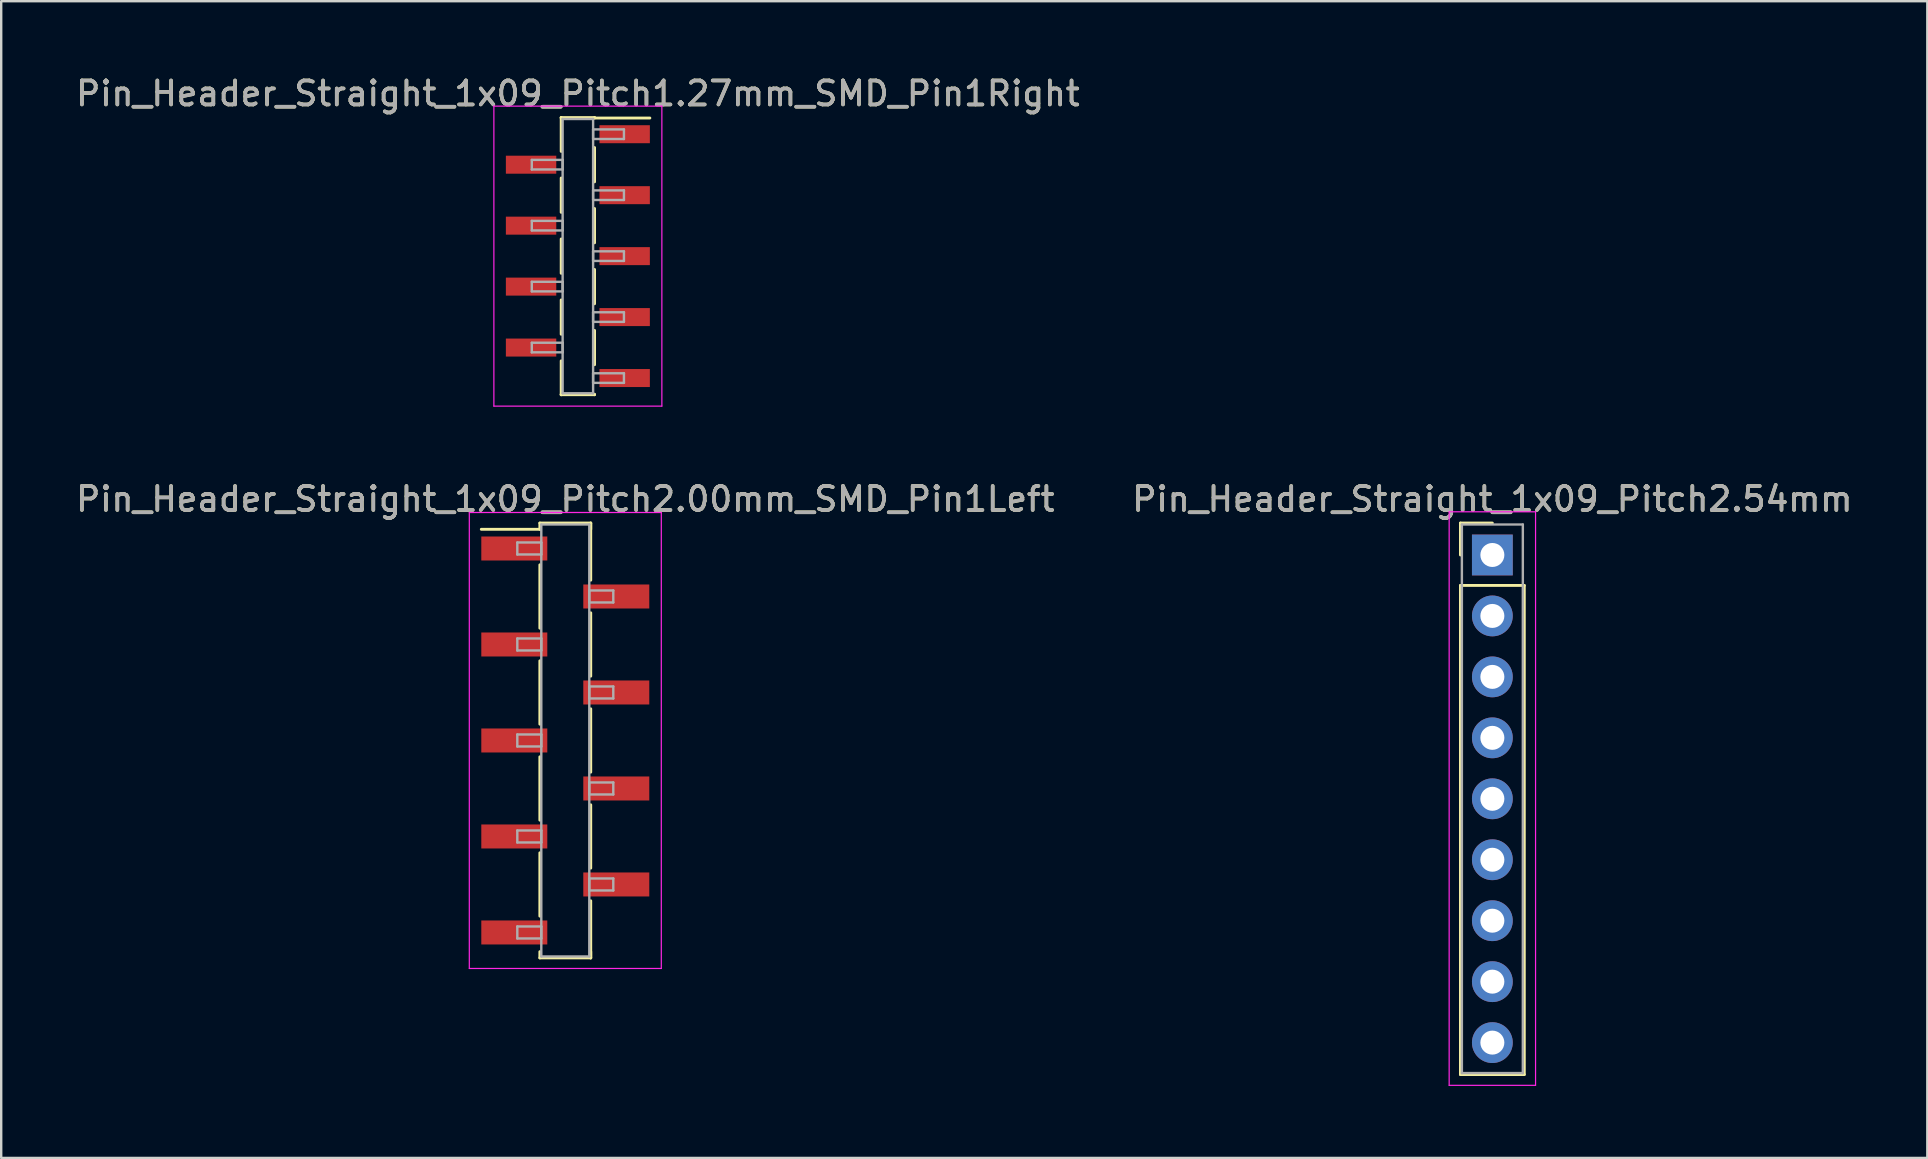
<source format=kicad_pcb>
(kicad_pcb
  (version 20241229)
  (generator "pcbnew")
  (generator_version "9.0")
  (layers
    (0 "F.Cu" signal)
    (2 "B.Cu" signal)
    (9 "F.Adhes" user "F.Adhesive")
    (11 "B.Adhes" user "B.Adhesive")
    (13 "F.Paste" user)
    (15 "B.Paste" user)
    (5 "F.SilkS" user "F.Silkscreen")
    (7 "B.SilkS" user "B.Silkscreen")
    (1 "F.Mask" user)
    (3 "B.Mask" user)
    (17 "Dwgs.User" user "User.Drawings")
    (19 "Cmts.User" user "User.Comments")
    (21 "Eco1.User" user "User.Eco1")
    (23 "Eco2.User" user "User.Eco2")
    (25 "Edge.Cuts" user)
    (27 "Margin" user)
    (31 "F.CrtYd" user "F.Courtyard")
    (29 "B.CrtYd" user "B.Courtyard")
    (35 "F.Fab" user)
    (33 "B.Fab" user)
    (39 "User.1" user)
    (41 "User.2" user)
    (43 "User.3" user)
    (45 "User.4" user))
  (footprint "Pin_Header_Straight_1x09_Pitch1.27mm_SMD_Pin1Right"
    (layer "F.Cu")
    (at 21.03 7.623)
    (property "Reference" "Pin_Header_Straight_1x09_Pitch1.27mm_SMD_Pin1Right" (at 0 -6.775 0) (layer "F.SilkS") (effects (font (size 1 1) (thickness 0.15))))
    (attr smd)
    (fp_line (start -0.695 -5.775) (end -0.695 -4.365) (stroke (width 0.12) (type solid)) (layer "F.SilkS"))
    (fp_line (start -0.695 -5.775) (end 0.695 -5.775) (stroke (width 0.12) (type solid)) (layer "F.SilkS"))
    (fp_line (start -0.695 -5.755) (end -0.695 -5.775) (stroke (width 0.12) (type solid)) (layer "F.SilkS"))
    (fp_line (start -0.695 -3.255) (end -0.695 -1.825) (stroke (width 0.12) (type solid)) (layer "F.SilkS"))
    (fp_line (start -0.695 -0.715) (end -0.695 0.715) (stroke (width 0.12) (type solid)) (layer "F.SilkS"))
    (fp_line (start -0.695 1.825) (end -0.695 3.255) (stroke (width 0.12) (type solid)) (layer "F.SilkS"))
    (fp_line (start -0.695 4.365) (end -0.695 5.775) (stroke (width 0.12) (type solid)) (layer "F.SilkS"))
    (fp_line (start -0.695 5.755) (end -0.695 5.775) (stroke (width 0.12) (type solid)) (layer "F.SilkS"))
    (fp_line (start -0.695 5.775) (end 0.695 5.775) (stroke (width 0.12) (type solid)) (layer "F.SilkS"))
    (fp_line (start 0.695 -5.775) (end 0.695 -5.755) (stroke (width 0.12) (type solid)) (layer "F.SilkS"))
    (fp_line (start 0.695 -5.755) (end 3 -5.755) (stroke (width 0.12) (type solid)) (layer "F.SilkS"))
    (fp_line (start 0.695 -4.525) (end 0.695 -3.095) (stroke (width 0.12) (type solid)) (layer "F.SilkS"))
    (fp_line (start 0.695 -1.985) (end 0.695 -0.555) (stroke (width 0.12) (type solid)) (layer "F.SilkS"))
    (fp_line (start 0.695 0.555) (end 0.695 1.985) (stroke (width 0.12) (type solid)) (layer "F.SilkS"))
    (fp_line (start 0.695 3.095) (end 0.695 4.525) (stroke (width 0.12) (type solid)) (layer "F.SilkS"))
    (fp_line (start 0.695 5.775) (end 0.695 5.755) (stroke (width 0.12) (type solid)) (layer "F.SilkS"))
    (fp_line (start -3.5 -6.25) (end -3.5 6.25) (stroke (width 0.05) (type solid)) (layer "F.CrtYd"))
    (fp_line (start -3.5 6.25) (end 3.5 6.25) (stroke (width 0.05) (type solid)) (layer "F.CrtYd"))
    (fp_line (start 3.5 -6.25) (end -3.5 -6.25) (stroke (width 0.05) (type solid)) (layer "F.CrtYd"))
    (fp_line (start 3.5 6.25) (end 3.5 -6.25) (stroke (width 0.05) (type solid)) (layer "F.CrtYd"))
    (fp_line (start -1.92 -4.01) (end -0.635 -4.01) (stroke (width 0.1) (type solid)) (layer "F.Fab"))
    (fp_line (start -1.92 -3.61) (end -1.92 -4.01) (stroke (width 0.1) (type solid)) (layer "F.Fab"))
    (fp_line (start -1.92 -1.47) (end -0.635 -1.47) (stroke (width 0.1) (type solid)) (layer "F.Fab"))
    (fp_line (start -1.92 -1.07) (end -1.92 -1.47) (stroke (width 0.1) (type solid)) (layer "F.Fab"))
    (fp_line (start -1.92 1.07) (end -0.635 1.07) (stroke (width 0.1) (type solid)) (layer "F.Fab"))
    (fp_line (start -1.92 1.47) (end -1.92 1.07) (stroke (width 0.1) (type solid)) (layer "F.Fab"))
    (fp_line (start -1.92 3.61) (end -0.635 3.61) (stroke (width 0.1) (type solid)) (layer "F.Fab"))
    (fp_line (start -1.92 4.01) (end -1.92 3.61) (stroke (width 0.1) (type solid)) (layer "F.Fab"))
    (fp_line (start -0.635 -5.715) (end -0.635 5.715) (stroke (width 0.1) (type solid)) (layer "F.Fab"))
    (fp_line (start -0.635 -4.01) (end -0.635 -3.61) (stroke (width 0.1) (type solid)) (layer "F.Fab"))
    (fp_line (start -0.635 -3.61) (end -1.92 -3.61) (stroke (width 0.1) (type solid)) (layer "F.Fab"))
    (fp_line (start -0.635 -1.47) (end -0.635 -1.07) (stroke (width 0.1) (type solid)) (layer "F.Fab"))
    (fp_line (start -0.635 -1.07) (end -1.92 -1.07) (stroke (width 0.1) (type solid)) (layer "F.Fab"))
    (fp_line (start -0.635 1.07) (end -0.635 1.47) (stroke (width 0.1) (type solid)) (layer "F.Fab"))
    (fp_line (start -0.635 1.47) (end -1.92 1.47) (stroke (width 0.1) (type solid)) (layer "F.Fab"))
    (fp_line (start -0.635 3.61) (end -0.635 4.01) (stroke (width 0.1) (type solid)) (layer "F.Fab"))
    (fp_line (start -0.635 4.01) (end -1.92 4.01) (stroke (width 0.1) (type solid)) (layer "F.Fab"))
    (fp_line (start -0.635 5.715) (end 0.635 5.715) (stroke (width 0.1) (type solid)) (layer "F.Fab"))
    (fp_line (start 0.635 -5.715) (end -0.635 -5.715) (stroke (width 0.1) (type solid)) (layer "F.Fab"))
    (fp_line (start 0.635 -5.28) (end 0.635 -4.88) (stroke (width 0.1) (type solid)) (layer "F.Fab"))
    (fp_line (start 0.635 -4.88) (end 1.92 -4.88) (stroke (width 0.1) (type solid)) (layer "F.Fab"))
    (fp_line (start 0.635 -2.74) (end 0.635 -2.34) (stroke (width 0.1) (type solid)) (layer "F.Fab"))
    (fp_line (start 0.635 -2.34) (end 1.92 -2.34) (stroke (width 0.1) (type solid)) (layer "F.Fab"))
    (fp_line (start 0.635 -0.2) (end 0.635 0.2) (stroke (width 0.1) (type solid)) (layer "F.Fab"))
    (fp_line (start 0.635 0.2) (end 1.92 0.2) (stroke (width 0.1) (type solid)) (layer "F.Fab"))
    (fp_line (start 0.635 2.34) (end 0.635 2.74) (stroke (width 0.1) (type solid)) (layer "F.Fab"))
    (fp_line (start 0.635 2.74) (end 1.92 2.74) (stroke (width 0.1) (type solid)) (layer "F.Fab"))
    (fp_line (start 0.635 4.88) (end 0.635 5.28) (stroke (width 0.1) (type solid)) (layer "F.Fab"))
    (fp_line (start 0.635 5.28) (end 1.92 5.28) (stroke (width 0.1) (type solid)) (layer "F.Fab"))
    (fp_line (start 0.635 5.715) (end 0.635 -5.715) (stroke (width 0.1) (type solid)) (layer "F.Fab"))
    (fp_line (start 1.92 -5.28) (end 0.635 -5.28) (stroke (width 0.1) (type solid)) (layer "F.Fab"))
    (fp_line (start 1.92 -4.88) (end 1.92 -5.28) (stroke (width 0.1) (type solid)) (layer "F.Fab"))
    (fp_line (start 1.92 -2.74) (end 0.635 -2.74) (stroke (width 0.1) (type solid)) (layer "F.Fab"))
    (fp_line (start 1.92 -2.34) (end 1.92 -2.74) (stroke (width 0.1) (type solid)) (layer "F.Fab"))
    (fp_line (start 1.92 -0.2) (end 0.635 -0.2) (stroke (width 0.1) (type solid)) (layer "F.Fab"))
    (fp_line (start 1.92 0.2) (end 1.92 -0.2) (stroke (width 0.1) (type solid)) (layer "F.Fab"))
    (fp_line (start 1.92 2.34) (end 0.635 2.34) (stroke (width 0.1) (type solid)) (layer "F.Fab"))
    (fp_line (start 1.92 2.74) (end 1.92 2.34) (stroke (width 0.1) (type solid)) (layer "F.Fab"))
    (fp_line (start 1.92 4.88) (end 0.635 4.88) (stroke (width 0.1) (type solid)) (layer "F.Fab"))
    (fp_line (start 1.92 5.28) (end 1.92 4.88) (stroke (width 0.1) (type solid)) (layer "F.Fab"))
    (fp_text user "${REFERENCE}" (at 0 -6.775 0) (layer "F.Fab") (effects (font (size 1 1) (thickness 0.15))))
    (pad "1" smd rect (at 1.95 -5.08) (size 2.1 0.75) (layers "F.Cu" "F.Mask" "F.Paste"))
    (pad "2" smd rect (at -1.95 -3.81) (size 2.1 0.75) (layers "F.Cu" "F.Mask" "F.Paste"))
    (pad "3" smd rect (at 1.95 -2.54) (size 2.1 0.75) (layers "F.Cu" "F.Mask" "F.Paste"))
    (pad "4" smd rect (at -1.95 -1.27) (size 2.1 0.75) (layers "F.Cu" "F.Mask" "F.Paste"))
    (pad "5" smd rect (at 1.95 0) (size 2.1 0.75) (layers "F.Cu" "F.Mask" "F.Paste"))
    (pad "6" smd rect (at -1.95 1.27) (size 2.1 0.75) (layers "F.Cu" "F.Mask" "F.Paste"))
    (pad "7" smd rect (at 1.95 2.54) (size 2.1 0.75) (layers "F.Cu" "F.Mask" "F.Paste"))
    (pad "8" smd rect (at -1.95 3.81) (size 2.1 0.75) (layers "F.Cu" "F.Mask" "F.Paste"))
    (pad "9" smd rect (at 1.95 5.08) (size 2.1 0.75) (layers "F.Cu" "F.Mask" "F.Paste")))
  (footprint "Pin_Header_Straight_1x09_Pitch2.54mm"
    (layer "F.Cu")
    (at 59.137 20.076)
    (property "Reference" "Pin_Header_Straight_1x09_Pitch2.54mm" (at 0 -2.33 0) (layer "F.SilkS") (effects (font (size 1 1) (thickness 0.15))))
    (attr through_hole)
    (fp_line (start -1.33 -1.33) (end 0 -1.33) (stroke (width 0.12) (type solid)) (layer "F.SilkS"))
    (fp_line (start -1.33 0) (end -1.33 -1.33) (stroke (width 0.12) (type solid)) (layer "F.SilkS"))
    (fp_line (start -1.33 1.27) (end -1.33 21.65) (stroke (width 0.12) (type solid)) (layer "F.SilkS"))
    (fp_line (start -1.33 21.65) (end 1.33 21.65) (stroke (width 0.12) (type solid)) (layer "F.SilkS"))
    (fp_line (start 1.33 1.27) (end -1.33 1.27) (stroke (width 0.12) (type solid)) (layer "F.SilkS"))
    (fp_line (start 1.33 21.65) (end 1.33 1.27) (stroke (width 0.12) (type solid)) (layer "F.SilkS"))
    (fp_line (start -1.8 -1.8) (end -1.8 22.1) (stroke (width 0.05) (type solid)) (layer "F.CrtYd"))
    (fp_line (start -1.8 22.1) (end 1.8 22.1) (stroke (width 0.05) (type solid)) (layer "F.CrtYd"))
    (fp_line (start 1.8 -1.8) (end -1.8 -1.8) (stroke (width 0.05) (type solid)) (layer "F.CrtYd"))
    (fp_line (start 1.8 22.1) (end 1.8 -1.8) (stroke (width 0.05) (type solid)) (layer "F.CrtYd"))
    (fp_line (start -1.27 -1.27) (end -1.27 21.59) (stroke (width 0.1) (type solid)) (layer "F.Fab"))
    (fp_line (start -1.27 21.59) (end 1.27 21.59) (stroke (width 0.1) (type solid)) (layer "F.Fab"))
    (fp_line (start 1.27 -1.27) (end -1.27 -1.27) (stroke (width 0.1) (type solid)) (layer "F.Fab"))
    (fp_line (start 1.27 21.59) (end 1.27 -1.27) (stroke (width 0.1) (type solid)) (layer "F.Fab"))
    (fp_text user "${REFERENCE}" (at 0 -2.33 0) (layer "F.Fab") (effects (font (size 1 1) (thickness 0.15))))
    (pad "1" thru_hole rect (at 0 0) (size 1.7 1.7) (drill 1) (layers "*.Cu" "*.Mask"))
    (pad "2" thru_hole oval (at 0 2.54) (size 1.7 1.7) (drill 1) (layers "*.Cu" "*.Mask"))
    (pad "3" thru_hole oval (at 0 5.08) (size 1.7 1.7) (drill 1) (layers "*.Cu" "*.Mask"))
    (pad "4" thru_hole oval (at 0 7.62) (size 1.7 1.7) (drill 1) (layers "*.Cu" "*.Mask"))
    (pad "5" thru_hole oval (at 0 10.16) (size 1.7 1.7) (drill 1) (layers "*.Cu" "*.Mask"))
    (pad "6" thru_hole oval (at 0 12.7) (size 1.7 1.7) (drill 1) (layers "*.Cu" "*.Mask"))
    (pad "7" thru_hole oval (at 0 15.24) (size 1.7 1.7) (drill 1) (layers "*.Cu" "*.Mask"))
    (pad "8" thru_hole oval (at 0 17.78) (size 1.7 1.7) (drill 1) (layers "*.Cu" "*.Mask"))
    (pad "9" thru_hole oval (at 0 20.32) (size 1.7 1.7) (drill 1) (layers "*.Cu" "*.Mask")))
  (footprint "Pin_Header_Straight_1x09_Pitch2.00mm_SMD_Pin1Left"
    (layer "F.Cu")
    (at 20.506 27.806)
    (property "Reference" "Pin_Header_Straight_1x09_Pitch2.00mm_SMD_Pin1Left" (at 0 -10.06 0) (layer "F.SilkS") (effects (font (size 1 1) (thickness 0.15))))
    (attr smd)
    (fp_line (start -1.06 -9.06) (end 1.06 -9.06) (stroke (width 0.12) (type solid)) (layer "F.SilkS"))
    (fp_line (start -1.06 -8.8) (end -3.5 -8.8) (stroke (width 0.12) (type solid)) (layer "F.SilkS"))
    (fp_line (start -1.06 -8.8) (end -1.06 -9.06) (stroke (width 0.12) (type solid)) (layer "F.SilkS"))
    (fp_line (start -1.06 -7.32) (end -1.06 -4.68) (stroke (width 0.12) (type solid)) (layer "F.SilkS"))
    (fp_line (start -1.06 -3.32) (end -1.06 -0.68) (stroke (width 0.12) (type solid)) (layer "F.SilkS"))
    (fp_line (start -1.06 0.68) (end -1.06 3.32) (stroke (width 0.12) (type solid)) (layer "F.SilkS"))
    (fp_line (start -1.06 4.68) (end -1.06 7.32) (stroke (width 0.12) (type solid)) (layer "F.SilkS"))
    (fp_line (start -1.06 8.8) (end -1.06 9.06) (stroke (width 0.12) (type solid)) (layer "F.SilkS"))
    (fp_line (start -1.06 9.06) (end 1.06 9.06) (stroke (width 0.12) (type solid)) (layer "F.SilkS"))
    (fp_line (start 1.06 -9.06) (end 1.06 -8.8) (stroke (width 0.12) (type solid)) (layer "F.SilkS"))
    (fp_line (start 1.06 -9.06) (end 1.06 -6.68) (stroke (width 0.12) (type solid)) (layer "F.SilkS"))
    (fp_line (start 1.06 -5.32) (end 1.06 -2.68) (stroke (width 0.12) (type solid)) (layer "F.SilkS"))
    (fp_line (start 1.06 -1.32) (end 1.06 1.32) (stroke (width 0.12) (type solid)) (layer "F.SilkS"))
    (fp_line (start 1.06 2.68) (end 1.06 5.32) (stroke (width 0.12) (type solid)) (layer "F.SilkS"))
    (fp_line (start 1.06 6.68) (end 1.06 9.06) (stroke (width 0.12) (type solid)) (layer "F.SilkS"))
    (fp_line (start 1.06 9.06) (end 1.06 8.8) (stroke (width 0.12) (type solid)) (layer "F.SilkS"))
    (fp_line (start -4 -9.5) (end -4 9.5) (stroke (width 0.05) (type solid)) (layer "F.CrtYd"))
    (fp_line (start -4 9.5) (end 4 9.5) (stroke (width 0.05) (type solid)) (layer "F.CrtYd"))
    (fp_line (start 4 -9.5) (end -4 -9.5) (stroke (width 0.05) (type solid)) (layer "F.CrtYd"))
    (fp_line (start 4 9.5) (end 4 -9.5) (stroke (width 0.05) (type solid)) (layer "F.CrtYd"))
    (fp_line (start -2 -8.25) (end -1 -8.25) (stroke (width 0.1) (type solid)) (layer "F.Fab"))
    (fp_line (start -2 -7.75) (end -2 -8.25) (stroke (width 0.1) (type solid)) (layer "F.Fab"))
    (fp_line (start -2 -4.25) (end -1 -4.25) (stroke (width 0.1) (type solid)) (layer "F.Fab"))
    (fp_line (start -2 -3.75) (end -2 -4.25) (stroke (width 0.1) (type solid)) (layer "F.Fab"))
    (fp_line (start -2 -0.25) (end -1 -0.25) (stroke (width 0.1) (type solid)) (layer "F.Fab"))
    (fp_line (start -2 0.25) (end -2 -0.25) (stroke (width 0.1) (type solid)) (layer "F.Fab"))
    (fp_line (start -2 3.75) (end -1 3.75) (stroke (width 0.1) (type solid)) (layer "F.Fab"))
    (fp_line (start -2 4.25) (end -2 3.75) (stroke (width 0.1) (type solid)) (layer "F.Fab"))
    (fp_line (start -2 7.75) (end -1 7.75) (stroke (width 0.1) (type solid)) (layer "F.Fab"))
    (fp_line (start -2 8.25) (end -2 7.75) (stroke (width 0.1) (type solid)) (layer "F.Fab"))
    (fp_line (start -1 -9) (end -1 9) (stroke (width 0.1) (type solid)) (layer "F.Fab"))
    (fp_line (start -1 -8.25) (end -1 -7.75) (stroke (width 0.1) (type solid)) (layer "F.Fab"))
    (fp_line (start -1 -7.75) (end -2 -7.75) (stroke (width 0.1) (type solid)) (layer "F.Fab"))
    (fp_line (start -1 -4.25) (end -1 -3.75) (stroke (width 0.1) (type solid)) (layer "F.Fab"))
    (fp_line (start -1 -3.75) (end -2 -3.75) (stroke (width 0.1) (type solid)) (layer "F.Fab"))
    (fp_line (start -1 -0.25) (end -1 0.25) (stroke (width 0.1) (type solid)) (layer "F.Fab"))
    (fp_line (start -1 0.25) (end -2 0.25) (stroke (width 0.1) (type solid)) (layer "F.Fab"))
    (fp_line (start -1 3.75) (end -1 4.25) (stroke (width 0.1) (type solid)) (layer "F.Fab"))
    (fp_line (start -1 4.25) (end -2 4.25) (stroke (width 0.1) (type solid)) (layer "F.Fab"))
    (fp_line (start -1 7.75) (end -1 8.25) (stroke (width 0.1) (type solid)) (layer "F.Fab"))
    (fp_line (start -1 8.25) (end -2 8.25) (stroke (width 0.1) (type solid)) (layer "F.Fab"))
    (fp_line (start -1 9) (end 1 9) (stroke (width 0.1) (type solid)) (layer "F.Fab"))
    (fp_line (start 1 -9) (end -1 -9) (stroke (width 0.1) (type solid)) (layer "F.Fab"))
    (fp_line (start 1 -6.25) (end 1 -5.75) (stroke (width 0.1) (type solid)) (layer "F.Fab"))
    (fp_line (start 1 -5.75) (end 2 -5.75) (stroke (width 0.1) (type solid)) (layer "F.Fab"))
    (fp_line (start 1 -2.25) (end 1 -1.75) (stroke (width 0.1) (type solid)) (layer "F.Fab"))
    (fp_line (start 1 -1.75) (end 2 -1.75) (stroke (width 0.1) (type solid)) (layer "F.Fab"))
    (fp_line (start 1 1.75) (end 1 2.25) (stroke (width 0.1) (type solid)) (layer "F.Fab"))
    (fp_line (start 1 2.25) (end 2 2.25) (stroke (width 0.1) (type solid)) (layer "F.Fab"))
    (fp_line (start 1 5.75) (end 1 6.25) (stroke (width 0.1) (type solid)) (layer "F.Fab"))
    (fp_line (start 1 6.25) (end 2 6.25) (stroke (width 0.1) (type solid)) (layer "F.Fab"))
    (fp_line (start 1 9) (end 1 -9) (stroke (width 0.1) (type solid)) (layer "F.Fab"))
    (fp_line (start 2 -6.25) (end 1 -6.25) (stroke (width 0.1) (type solid)) (layer "F.Fab"))
    (fp_line (start 2 -5.75) (end 2 -6.25) (stroke (width 0.1) (type solid)) (layer "F.Fab"))
    (fp_line (start 2 -2.25) (end 1 -2.25) (stroke (width 0.1) (type solid)) (layer "F.Fab"))
    (fp_line (start 2 -1.75) (end 2 -2.25) (stroke (width 0.1) (type solid)) (layer "F.Fab"))
    (fp_line (start 2 1.75) (end 1 1.75) (stroke (width 0.1) (type solid)) (layer "F.Fab"))
    (fp_line (start 2 2.25) (end 2 1.75) (stroke (width 0.1) (type solid)) (layer "F.Fab"))
    (fp_line (start 2 5.75) (end 1 5.75) (stroke (width 0.1) (type solid)) (layer "F.Fab"))
    (fp_line (start 2 6.25) (end 2 5.75) (stroke (width 0.1) (type solid)) (layer "F.Fab"))
    (fp_text user "${REFERENCE}" (at 0 -10.06 0) (layer "F.Fab") (effects (font (size 1 1) (thickness 0.15))))
    (pad "1" smd rect (at -2.125 -8) (size 2.75 1) (layers "F.Cu" "F.Mask" "F.Paste"))
    (pad "2" smd rect (at 2.125 -6) (size 2.75 1) (layers "F.Cu" "F.Mask" "F.Paste"))
    (pad "3" smd rect (at -2.125 -4) (size 2.75 1) (layers "F.Cu" "F.Mask" "F.Paste"))
    (pad "4" smd rect (at 2.125 -2) (size 2.75 1) (layers "F.Cu" "F.Mask" "F.Paste"))
    (pad "5" smd rect (at -2.125 0) (size 2.75 1) (layers "F.Cu" "F.Mask" "F.Paste"))
    (pad "6" smd rect (at 2.125 2) (size 2.75 1) (layers "F.Cu" "F.Mask" "F.Paste"))
    (pad "7" smd rect (at -2.125 4) (size 2.75 1) (layers "F.Cu" "F.Mask" "F.Paste"))
    (pad "8" smd rect (at 2.125 6) (size 2.75 1) (layers "F.Cu" "F.Mask" "F.Paste"))
    (pad "9" smd rect (at -2.125 8) (size 2.75 1) (layers "F.Cu" "F.Mask" "F.Paste")))
  (gr_rect
    (start -3 -3)
    (end 77.262 45.202)
    (stroke (width 0.1) (type default))
    (fill no)
    (layer "Edge.Cuts")))
</source>
